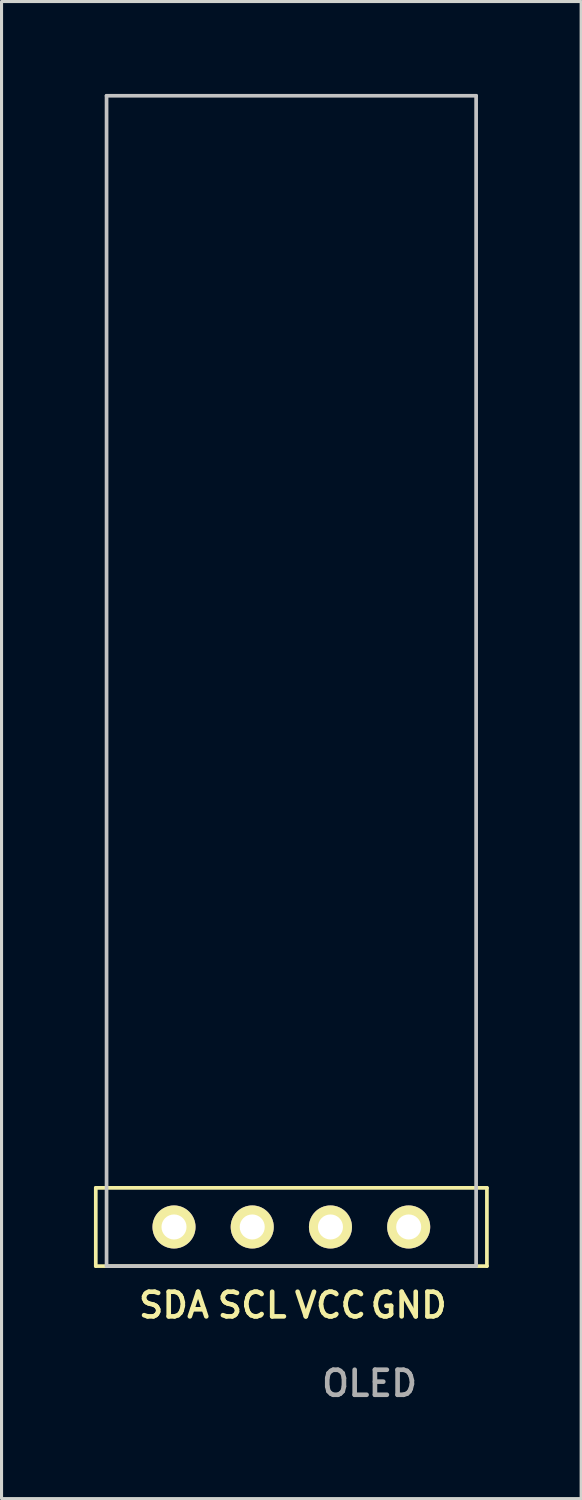
<source format=kicad_pcb>
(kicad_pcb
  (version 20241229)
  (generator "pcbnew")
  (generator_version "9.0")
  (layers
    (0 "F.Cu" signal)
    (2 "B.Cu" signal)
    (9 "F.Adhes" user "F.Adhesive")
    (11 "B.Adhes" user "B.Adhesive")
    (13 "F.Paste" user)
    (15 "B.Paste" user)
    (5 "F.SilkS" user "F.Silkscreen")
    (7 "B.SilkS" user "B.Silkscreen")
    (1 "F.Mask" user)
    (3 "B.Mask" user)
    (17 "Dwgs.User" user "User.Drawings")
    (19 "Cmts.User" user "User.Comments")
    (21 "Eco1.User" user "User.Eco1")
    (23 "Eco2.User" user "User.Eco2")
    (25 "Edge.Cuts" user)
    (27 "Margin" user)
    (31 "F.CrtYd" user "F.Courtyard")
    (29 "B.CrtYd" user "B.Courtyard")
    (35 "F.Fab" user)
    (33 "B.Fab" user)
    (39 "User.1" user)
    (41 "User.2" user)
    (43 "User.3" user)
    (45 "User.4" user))
  (footprint "OLED"
    (layer "F.Cu")
    (at 6.41 36.79)
    (property "Reference" "OLED" (at 2.54 5.08 180) (layer "F.Fab") (effects (font (size 0.813 0.813) (thickness 0.15))))
    (attr through_hole)
    (fp_line (start -6.35 -1.27) (end 6.35 -1.27) (stroke (width 0.12) (type solid)) (layer "F.SilkS"))
    (fp_line (start -6.35 1.27) (end -6.35 -1.27) (stroke (width 0.12) (type solid)) (layer "F.SilkS"))
    (fp_line (start 6.35 -1.27) (end 6.35 1.27) (stroke (width 0.12) (type solid)) (layer "F.SilkS"))
    (fp_line (start 6.35 1.27) (end -6.35 1.27) (stroke (width 0.12) (type solid)) (layer "F.SilkS"))
    (fp_line (start -6 -36.73) (end 6 -36.73) (stroke (width 0.12) (type solid)) (layer "Dwgs.User"))
    (fp_line (start -6 1.27) (end -6 -36.73) (stroke (width 0.12) (type solid)) (layer "Dwgs.User"))
    (fp_line (start -6 1.27) (end 6 1.27) (stroke (width 0.12) (type solid)) (layer "Dwgs.User"))
    (fp_line (start 6 -36.73) (end 6 1.27) (stroke (width 0.12) (type solid)) (layer "Dwgs.User"))
    (fp_text user "SDA" (at -3.81 2.54 0) (layer "F.SilkS") (effects (font (size 0.8 0.8) (thickness 0.15))))
    (fp_text user "GND" (at 3.81 2.54 0) (layer "F.SilkS") (effects (font (size 0.8 0.8) (thickness 0.15))))
    (fp_text user "SCL" (at -1.27 2.54 0) (layer "F.SilkS") (effects (font (size 0.8 0.8) (thickness 0.15))))
    (fp_text user "VCC" (at 1.27 2.54 0) (layer "F.SilkS") (effects (font (size 0.8 0.8) (thickness 0.15))))
    (pad "1" thru_hole circle (at -3.81 0) (size 1.397 1.397) (drill 0.813) (layers "*.Cu" "B.Mask" "F.SilkS"))
    (pad "2" thru_hole circle (at -1.27 0) (size 1.397 1.397) (drill 0.813) (layers "*.Cu" "B.Mask" "F.SilkS"))
    (pad "3" thru_hole circle (at 1.27 0) (size 1.397 1.397) (drill 0.813) (layers "*.Cu" "B.Mask" "F.SilkS"))
    (pad "4" thru_hole circle (at 3.81 0) (size 1.397 1.397) (drill 0.813) (layers "*.Cu" "B.Mask" "F.SilkS")))
  (gr_rect
    (start -3 -3)
    (end 15.82 45.609)
    (stroke (width 0.1) (type default))
    (fill no)
    (layer "Edge.Cuts")))
</source>
